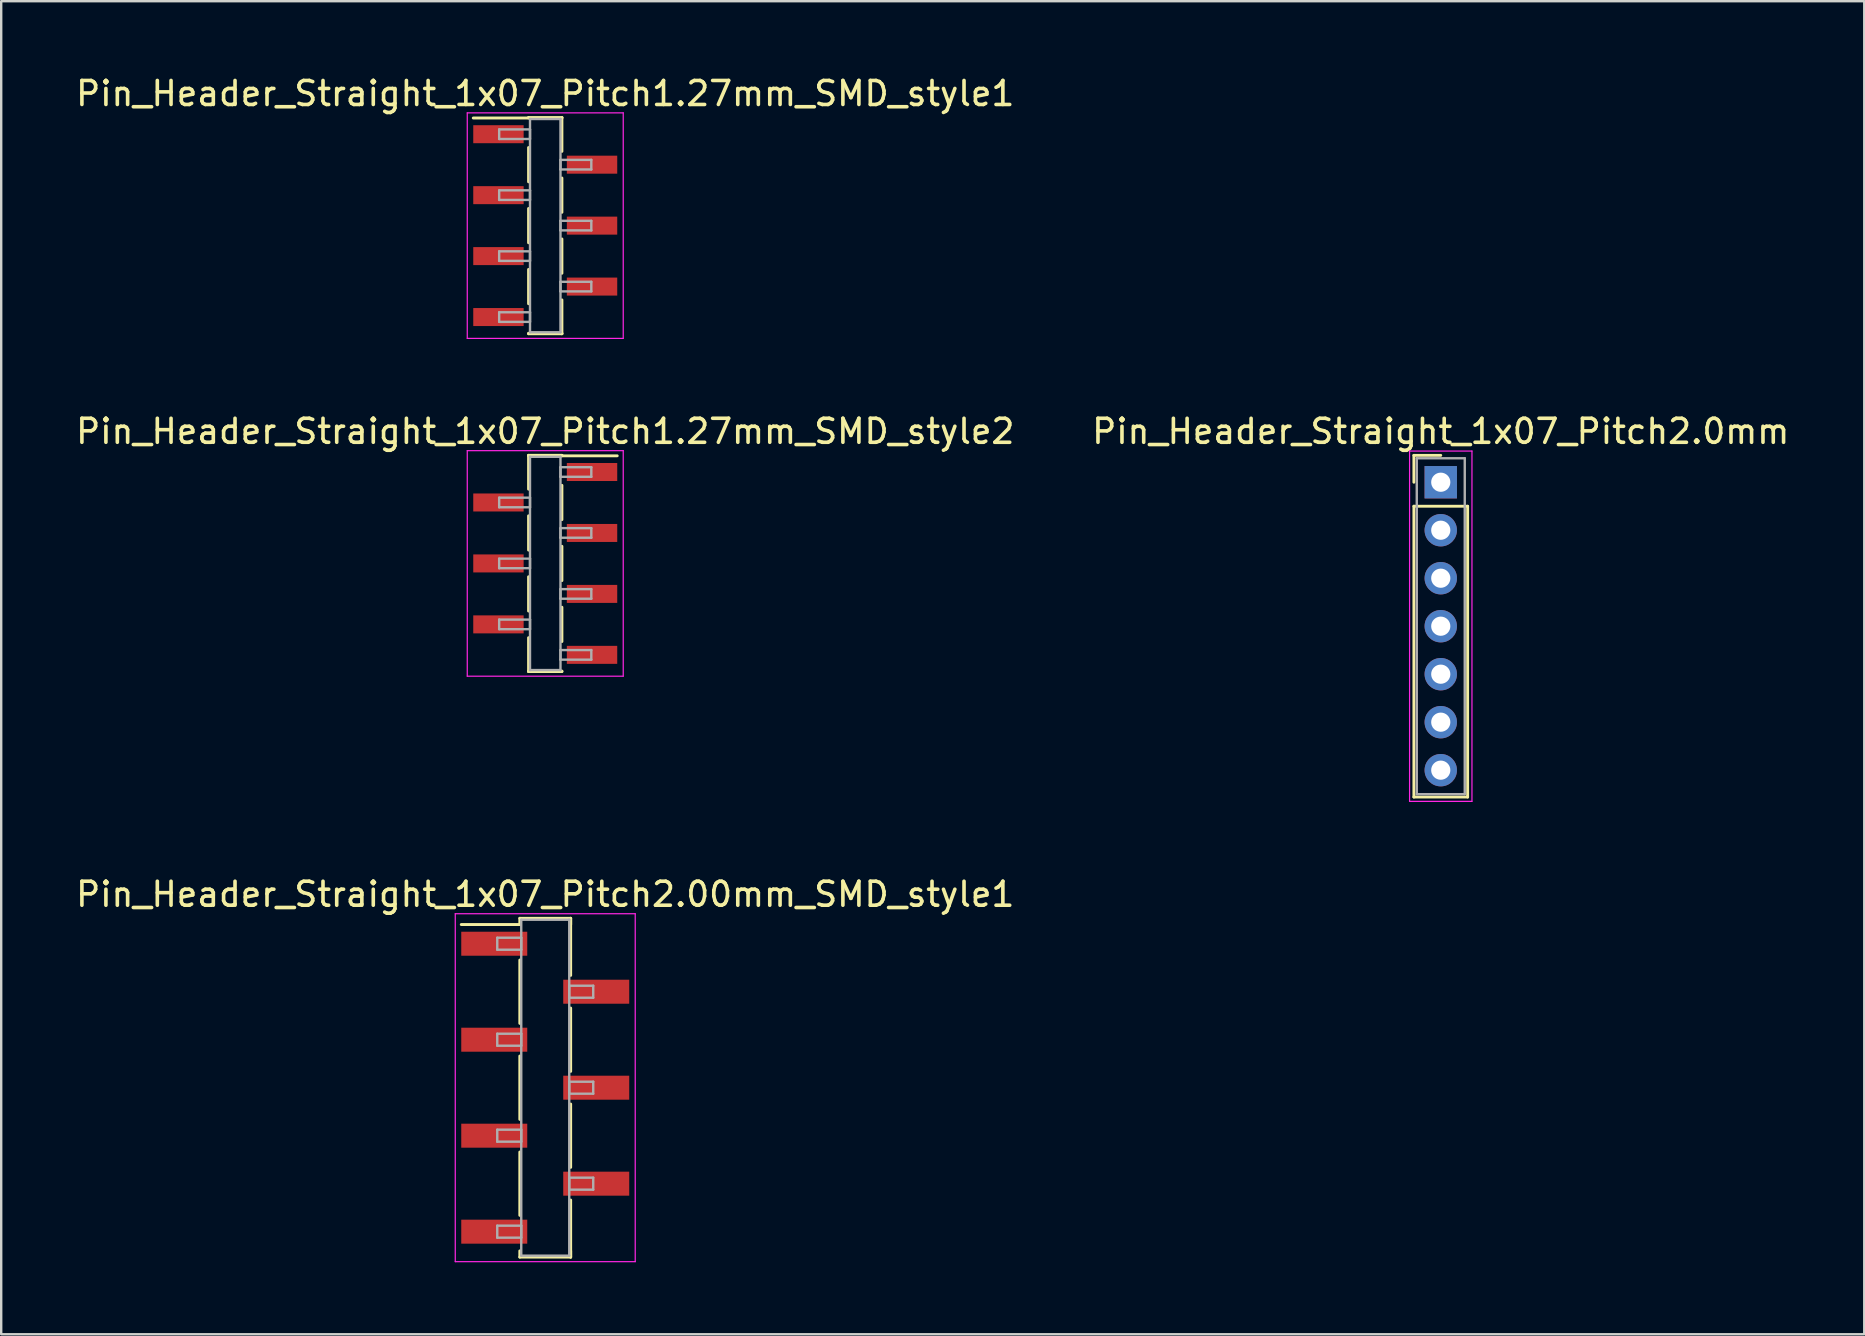
<source format=kicad_pcb>
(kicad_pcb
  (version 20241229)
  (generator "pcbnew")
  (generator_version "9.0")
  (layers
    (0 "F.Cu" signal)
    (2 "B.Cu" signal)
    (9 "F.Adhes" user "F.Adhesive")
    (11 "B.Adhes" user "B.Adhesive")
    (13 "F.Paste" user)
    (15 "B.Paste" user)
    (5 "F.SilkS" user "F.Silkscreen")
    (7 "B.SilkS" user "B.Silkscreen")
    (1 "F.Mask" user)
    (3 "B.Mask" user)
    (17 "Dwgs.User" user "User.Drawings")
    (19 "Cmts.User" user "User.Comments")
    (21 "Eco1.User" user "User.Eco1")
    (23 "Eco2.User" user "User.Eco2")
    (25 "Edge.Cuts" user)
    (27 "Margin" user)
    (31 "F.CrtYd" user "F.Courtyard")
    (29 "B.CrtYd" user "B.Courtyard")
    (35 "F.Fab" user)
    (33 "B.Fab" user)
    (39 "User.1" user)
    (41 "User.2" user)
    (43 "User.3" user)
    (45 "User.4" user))
  (footprint "Pin_Header_Straight_1x07_Pitch2.0mm"
    (layer "F.Cu")
    (at 56.994 17.047)
    (property "Reference" "Pin_Header_Straight_1x07_Pitch2.0mm" (at 0 -2.12 0) (layer "F.SilkS") (effects (font (size 1 1) (thickness 0.15))))
    (attr through_hole)
    (fp_line (start -1.12 -1.12) (end 0 -1.12) (stroke (width 0.12) (type solid)) (layer "F.SilkS"))
    (fp_line (start -1.12 0) (end -1.12 -1.12) (stroke (width 0.12) (type solid)) (layer "F.SilkS"))
    (fp_line (start -1.12 1) (end -1.12 13.12) (stroke (width 0.12) (type solid)) (layer "F.SilkS"))
    (fp_line (start -1.12 13.12) (end 1.12 13.12) (stroke (width 0.12) (type solid)) (layer "F.SilkS"))
    (fp_line (start 1.12 1) (end -1.12 1) (stroke (width 0.12) (type solid)) (layer "F.SilkS"))
    (fp_line (start 1.12 13.12) (end 1.12 1) (stroke (width 0.12) (type solid)) (layer "F.SilkS"))
    (fp_line (start -1.3 -1.3) (end -1.3 13.3) (stroke (width 0.05) (type solid)) (layer "F.CrtYd"))
    (fp_line (start -1.3 13.3) (end 1.3 13.3) (stroke (width 0.05) (type solid)) (layer "F.CrtYd"))
    (fp_line (start 1.3 -1.3) (end -1.3 -1.3) (stroke (width 0.05) (type solid)) (layer "F.CrtYd"))
    (fp_line (start 1.3 13.3) (end 1.3 -1.3) (stroke (width 0.05) (type solid)) (layer "F.CrtYd"))
    (fp_line (start -1 -1) (end -1 13) (stroke (width 0.1) (type solid)) (layer "F.Fab"))
    (fp_line (start -1 13) (end 1 13) (stroke (width 0.1) (type solid)) (layer "F.Fab"))
    (fp_line (start 1 -1) (end -1 -1) (stroke (width 0.1) (type solid)) (layer "F.Fab"))
    (fp_line (start 1 13) (end 1 -1) (stroke (width 0.1) (type solid)) (layer "F.Fab"))
    (pad "1" thru_hole rect (at 0 0) (size 1.35 1.35) (drill 0.8) (layers "*.Cu" "*.Mask"))
    (pad "2" thru_hole oval (at 0 2) (size 1.35 1.35) (drill 0.8) (layers "*.Cu" "*.Mask"))
    (pad "3" thru_hole oval (at 0 4) (size 1.35 1.35) (drill 0.8) (layers "*.Cu" "*.Mask"))
    (pad "4" thru_hole oval (at 0 6) (size 1.35 1.35) (drill 0.8) (layers "*.Cu" "*.Mask"))
    (pad "5" thru_hole oval (at 0 8) (size 1.35 1.35) (drill 0.8) (layers "*.Cu" "*.Mask"))
    (pad "6" thru_hole oval (at 0 10) (size 1.35 1.35) (drill 0.8) (layers "*.Cu" "*.Mask"))
    (pad "7" thru_hole oval (at 0 12) (size 1.35 1.35) (drill 0.8) (layers "*.Cu" "*.Mask")))
  (footprint "Pin_Header_Straight_1x07_Pitch1.27mm_SMD_style2"
    (layer "F.Cu")
    (at 19.673 20.431)
    (property "Reference" "Pin_Header_Straight_1x07_Pitch1.27mm_SMD_style2" (at 0 -5.505 0) (layer "F.SilkS") (effects (font (size 1 1) (thickness 0.15))))
    (attr smd)
    (fp_line (start -0.695 -4.505) (end -0.695 -3.095) (stroke (width 0.12) (type solid)) (layer "F.SilkS"))
    (fp_line (start -0.695 -4.505) (end 0.695 -4.505) (stroke (width 0.12) (type solid)) (layer "F.SilkS"))
    (fp_line (start -0.695 -4.485) (end -0.695 -4.505) (stroke (width 0.12) (type solid)) (layer "F.SilkS"))
    (fp_line (start -0.695 -1.985) (end -0.695 -0.555) (stroke (width 0.12) (type solid)) (layer "F.SilkS"))
    (fp_line (start -0.695 0.555) (end -0.695 1.985) (stroke (width 0.12) (type solid)) (layer "F.SilkS"))
    (fp_line (start -0.695 3.095) (end -0.695 4.505) (stroke (width 0.12) (type solid)) (layer "F.SilkS"))
    (fp_line (start -0.695 4.485) (end -0.695 4.505) (stroke (width 0.12) (type solid)) (layer "F.SilkS"))
    (fp_line (start -0.695 4.505) (end 0.695 4.505) (stroke (width 0.12) (type solid)) (layer "F.SilkS"))
    (fp_line (start 0.695 -4.505) (end 0.695 -4.485) (stroke (width 0.12) (type solid)) (layer "F.SilkS"))
    (fp_line (start 0.695 -4.485) (end 3 -4.485) (stroke (width 0.12) (type solid)) (layer "F.SilkS"))
    (fp_line (start 0.695 -3.255) (end 0.695 -1.825) (stroke (width 0.12) (type solid)) (layer "F.SilkS"))
    (fp_line (start 0.695 -0.715) (end 0.695 0.715) (stroke (width 0.12) (type solid)) (layer "F.SilkS"))
    (fp_line (start 0.695 1.825) (end 0.695 3.255) (stroke (width 0.12) (type solid)) (layer "F.SilkS"))
    (fp_line (start 0.695 4.505) (end 0.695 4.485) (stroke (width 0.12) (type solid)) (layer "F.SilkS"))
    (fp_line (start -3.25 -4.7) (end -3.25 4.7) (stroke (width 0.05) (type solid)) (layer "F.CrtYd"))
    (fp_line (start -3.25 4.7) (end 3.25 4.7) (stroke (width 0.05) (type solid)) (layer "F.CrtYd"))
    (fp_line (start 3.25 -4.7) (end -3.25 -4.7) (stroke (width 0.05) (type solid)) (layer "F.CrtYd"))
    (fp_line (start 3.25 4.7) (end 3.25 -4.7) (stroke (width 0.05) (type solid)) (layer "F.CrtYd"))
    (fp_line (start -1.92 -2.74) (end -0.635 -2.74) (stroke (width 0.1) (type solid)) (layer "F.Fab"))
    (fp_line (start -1.92 -2.34) (end -1.92 -2.74) (stroke (width 0.1) (type solid)) (layer "F.Fab"))
    (fp_line (start -1.92 -0.2) (end -0.635 -0.2) (stroke (width 0.1) (type solid)) (layer "F.Fab"))
    (fp_line (start -1.92 0.2) (end -1.92 -0.2) (stroke (width 0.1) (type solid)) (layer "F.Fab"))
    (fp_line (start -1.92 2.34) (end -0.635 2.34) (stroke (width 0.1) (type solid)) (layer "F.Fab"))
    (fp_line (start -1.92 2.74) (end -1.92 2.34) (stroke (width 0.1) (type solid)) (layer "F.Fab"))
    (fp_line (start -0.635 -4.445) (end -0.635 4.445) (stroke (width 0.1) (type solid)) (layer "F.Fab"))
    (fp_line (start -0.635 -2.74) (end -0.635 -2.34) (stroke (width 0.1) (type solid)) (layer "F.Fab"))
    (fp_line (start -0.635 -2.34) (end -1.92 -2.34) (stroke (width 0.1) (type solid)) (layer "F.Fab"))
    (fp_line (start -0.635 -0.2) (end -0.635 0.2) (stroke (width 0.1) (type solid)) (layer "F.Fab"))
    (fp_line (start -0.635 0.2) (end -1.92 0.2) (stroke (width 0.1) (type solid)) (layer "F.Fab"))
    (fp_line (start -0.635 2.34) (end -0.635 2.74) (stroke (width 0.1) (type solid)) (layer "F.Fab"))
    (fp_line (start -0.635 2.74) (end -1.92 2.74) (stroke (width 0.1) (type solid)) (layer "F.Fab"))
    (fp_line (start -0.635 4.445) (end 0.635 4.445) (stroke (width 0.1) (type solid)) (layer "F.Fab"))
    (fp_line (start 0.635 -4.445) (end -0.635 -4.445) (stroke (width 0.1) (type solid)) (layer "F.Fab"))
    (fp_line (start 0.635 -4.01) (end 0.635 -3.61) (stroke (width 0.1) (type solid)) (layer "F.Fab"))
    (fp_line (start 0.635 -3.61) (end 1.92 -3.61) (stroke (width 0.1) (type solid)) (layer "F.Fab"))
    (fp_line (start 0.635 -1.47) (end 0.635 -1.07) (stroke (width 0.1) (type solid)) (layer "F.Fab"))
    (fp_line (start 0.635 -1.07) (end 1.92 -1.07) (stroke (width 0.1) (type solid)) (layer "F.Fab"))
    (fp_line (start 0.635 1.07) (end 0.635 1.47) (stroke (width 0.1) (type solid)) (layer "F.Fab"))
    (fp_line (start 0.635 1.47) (end 1.92 1.47) (stroke (width 0.1) (type solid)) (layer "F.Fab"))
    (fp_line (start 0.635 3.61) (end 0.635 4.01) (stroke (width 0.1) (type solid)) (layer "F.Fab"))
    (fp_line (start 0.635 4.01) (end 1.92 4.01) (stroke (width 0.1) (type solid)) (layer "F.Fab"))
    (fp_line (start 0.635 4.445) (end 0.635 -4.445) (stroke (width 0.1) (type solid)) (layer "F.Fab"))
    (fp_line (start 1.92 -4.01) (end 0.635 -4.01) (stroke (width 0.1) (type solid)) (layer "F.Fab"))
    (fp_line (start 1.92 -3.61) (end 1.92 -4.01) (stroke (width 0.1) (type solid)) (layer "F.Fab"))
    (fp_line (start 1.92 -1.47) (end 0.635 -1.47) (stroke (width 0.1) (type solid)) (layer "F.Fab"))
    (fp_line (start 1.92 -1.07) (end 1.92 -1.47) (stroke (width 0.1) (type solid)) (layer "F.Fab"))
    (fp_line (start 1.92 1.07) (end 0.635 1.07) (stroke (width 0.1) (type solid)) (layer "F.Fab"))
    (fp_line (start 1.92 1.47) (end 1.92 1.07) (stroke (width 0.1) (type solid)) (layer "F.Fab"))
    (fp_line (start 1.92 3.61) (end 0.635 3.61) (stroke (width 0.1) (type solid)) (layer "F.Fab"))
    (fp_line (start 1.92 4.01) (end 1.92 3.61) (stroke (width 0.1) (type solid)) (layer "F.Fab"))
    (pad "1" smd rect (at 1.95 -3.81) (size 2.1 0.75) (layers "F.Cu" "F.Mask"))
    (pad "2" smd rect (at -1.95 -2.54) (size 2.1 0.75) (layers "F.Cu" "F.Mask"))
    (pad "3" smd rect (at 1.95 -1.27) (size 2.1 0.75) (layers "F.Cu" "F.Mask"))
    (pad "4" smd rect (at -1.95 0) (size 2.1 0.75) (layers "F.Cu" "F.Mask"))
    (pad "5" smd rect (at 1.95 1.27) (size 2.1 0.75) (layers "F.Cu" "F.Mask"))
    (pad "6" smd rect (at -1.95 2.54) (size 2.1 0.75) (layers "F.Cu" "F.Mask"))
    (pad "7" smd rect (at 1.95 3.81) (size 2.1 0.75) (layers "F.Cu" "F.Mask")))
  (footprint "Pin_Header_Straight_1x07_Pitch1.27mm_SMD_style1"
    (layer "F.Cu")
    (at 19.673 6.353)
    (property "Reference" "Pin_Header_Straight_1x07_Pitch1.27mm_SMD_style1" (at 0 -5.505 0) (layer "F.SilkS") (effects (font (size 1 1) (thickness 0.15))))
    (attr smd)
    (fp_line (start -0.695 -4.505) (end 0.695 -4.505) (stroke (width 0.12) (type solid)) (layer "F.SilkS"))
    (fp_line (start -0.695 -4.485) (end -3 -4.485) (stroke (width 0.12) (type solid)) (layer "F.SilkS"))
    (fp_line (start -0.695 -4.485) (end -0.695 -4.505) (stroke (width 0.12) (type solid)) (layer "F.SilkS"))
    (fp_line (start -0.695 -3.255) (end -0.695 -1.825) (stroke (width 0.12) (type solid)) (layer "F.SilkS"))
    (fp_line (start -0.695 -0.715) (end -0.695 0.715) (stroke (width 0.12) (type solid)) (layer "F.SilkS"))
    (fp_line (start -0.695 1.825) (end -0.695 3.255) (stroke (width 0.12) (type solid)) (layer "F.SilkS"))
    (fp_line (start -0.695 4.485) (end -0.695 4.505) (stroke (width 0.12) (type solid)) (layer "F.SilkS"))
    (fp_line (start -0.695 4.505) (end 0.695 4.505) (stroke (width 0.12) (type solid)) (layer "F.SilkS"))
    (fp_line (start 0.695 -4.505) (end 0.695 -4.485) (stroke (width 0.12) (type solid)) (layer "F.SilkS"))
    (fp_line (start 0.695 -4.505) (end 0.695 -3.095) (stroke (width 0.12) (type solid)) (layer "F.SilkS"))
    (fp_line (start 0.695 -1.985) (end 0.695 -0.555) (stroke (width 0.12) (type solid)) (layer "F.SilkS"))
    (fp_line (start 0.695 0.555) (end 0.695 1.985) (stroke (width 0.12) (type solid)) (layer "F.SilkS"))
    (fp_line (start 0.695 3.095) (end 0.695 4.505) (stroke (width 0.12) (type solid)) (layer "F.SilkS"))
    (fp_line (start 0.695 4.505) (end 0.695 4.485) (stroke (width 0.12) (type solid)) (layer "F.SilkS"))
    (fp_line (start -3.25 -4.7) (end -3.25 4.7) (stroke (width 0.05) (type solid)) (layer "F.CrtYd"))
    (fp_line (start -3.25 4.7) (end 3.25 4.7) (stroke (width 0.05) (type solid)) (layer "F.CrtYd"))
    (fp_line (start 3.25 -4.7) (end -3.25 -4.7) (stroke (width 0.05) (type solid)) (layer "F.CrtYd"))
    (fp_line (start 3.25 4.7) (end 3.25 -4.7) (stroke (width 0.05) (type solid)) (layer "F.CrtYd"))
    (fp_line (start -1.92 -4.01) (end -0.635 -4.01) (stroke (width 0.1) (type solid)) (layer "F.Fab"))
    (fp_line (start -1.92 -3.61) (end -1.92 -4.01) (stroke (width 0.1) (type solid)) (layer "F.Fab"))
    (fp_line (start -1.92 -1.47) (end -0.635 -1.47) (stroke (width 0.1) (type solid)) (layer "F.Fab"))
    (fp_line (start -1.92 -1.07) (end -1.92 -1.47) (stroke (width 0.1) (type solid)) (layer "F.Fab"))
    (fp_line (start -1.92 1.07) (end -0.635 1.07) (stroke (width 0.1) (type solid)) (layer "F.Fab"))
    (fp_line (start -1.92 1.47) (end -1.92 1.07) (stroke (width 0.1) (type solid)) (layer "F.Fab"))
    (fp_line (start -1.92 3.61) (end -0.635 3.61) (stroke (width 0.1) (type solid)) (layer "F.Fab"))
    (fp_line (start -1.92 4.01) (end -1.92 3.61) (stroke (width 0.1) (type solid)) (layer "F.Fab"))
    (fp_line (start -0.635 -4.445) (end -0.635 4.445) (stroke (width 0.1) (type solid)) (layer "F.Fab"))
    (fp_line (start -0.635 -4.01) (end -0.635 -3.61) (stroke (width 0.1) (type solid)) (layer "F.Fab"))
    (fp_line (start -0.635 -3.61) (end -1.92 -3.61) (stroke (width 0.1) (type solid)) (layer "F.Fab"))
    (fp_line (start -0.635 -1.47) (end -0.635 -1.07) (stroke (width 0.1) (type solid)) (layer "F.Fab"))
    (fp_line (start -0.635 -1.07) (end -1.92 -1.07) (stroke (width 0.1) (type solid)) (layer "F.Fab"))
    (fp_line (start -0.635 1.07) (end -0.635 1.47) (stroke (width 0.1) (type solid)) (layer "F.Fab"))
    (fp_line (start -0.635 1.47) (end -1.92 1.47) (stroke (width 0.1) (type solid)) (layer "F.Fab"))
    (fp_line (start -0.635 3.61) (end -0.635 4.01) (stroke (width 0.1) (type solid)) (layer "F.Fab"))
    (fp_line (start -0.635 4.01) (end -1.92 4.01) (stroke (width 0.1) (type solid)) (layer "F.Fab"))
    (fp_line (start -0.635 4.445) (end 0.635 4.445) (stroke (width 0.1) (type solid)) (layer "F.Fab"))
    (fp_line (start 0.635 -4.445) (end -0.635 -4.445) (stroke (width 0.1) (type solid)) (layer "F.Fab"))
    (fp_line (start 0.635 -2.74) (end 0.635 -2.34) (stroke (width 0.1) (type solid)) (layer "F.Fab"))
    (fp_line (start 0.635 -2.34) (end 1.92 -2.34) (stroke (width 0.1) (type solid)) (layer "F.Fab"))
    (fp_line (start 0.635 -0.2) (end 0.635 0.2) (stroke (width 0.1) (type solid)) (layer "F.Fab"))
    (fp_line (start 0.635 0.2) (end 1.92 0.2) (stroke (width 0.1) (type solid)) (layer "F.Fab"))
    (fp_line (start 0.635 2.34) (end 0.635 2.74) (stroke (width 0.1) (type solid)) (layer "F.Fab"))
    (fp_line (start 0.635 2.74) (end 1.92 2.74) (stroke (width 0.1) (type solid)) (layer "F.Fab"))
    (fp_line (start 0.635 4.445) (end 0.635 -4.445) (stroke (width 0.1) (type solid)) (layer "F.Fab"))
    (fp_line (start 1.92 -2.74) (end 0.635 -2.74) (stroke (width 0.1) (type solid)) (layer "F.Fab"))
    (fp_line (start 1.92 -2.34) (end 1.92 -2.74) (stroke (width 0.1) (type solid)) (layer "F.Fab"))
    (fp_line (start 1.92 -0.2) (end 0.635 -0.2) (stroke (width 0.1) (type solid)) (layer "F.Fab"))
    (fp_line (start 1.92 0.2) (end 1.92 -0.2) (stroke (width 0.1) (type solid)) (layer "F.Fab"))
    (fp_line (start 1.92 2.34) (end 0.635 2.34) (stroke (width 0.1) (type solid)) (layer "F.Fab"))
    (fp_line (start 1.92 2.74) (end 1.92 2.34) (stroke (width 0.1) (type solid)) (layer "F.Fab"))
    (pad "1" smd rect (at -1.95 -3.81) (size 2.1 0.75) (layers "F.Cu" "F.Mask"))
    (pad "2" smd rect (at 1.95 -2.54) (size 2.1 0.75) (layers "F.Cu" "F.Mask"))
    (pad "3" smd rect (at -1.95 -1.27) (size 2.1 0.75) (layers "F.Cu" "F.Mask"))
    (pad "4" smd rect (at 1.95 0) (size 2.1 0.75) (layers "F.Cu" "F.Mask"))
    (pad "5" smd rect (at -1.95 1.27) (size 2.1 0.75) (layers "F.Cu" "F.Mask"))
    (pad "6" smd rect (at 1.95 2.54) (size 2.1 0.75) (layers "F.Cu" "F.Mask"))
    (pad "7" smd rect (at -1.95 3.81) (size 2.1 0.75) (layers "F.Cu" "F.Mask")))
  (footprint "Pin_Header_Straight_1x07_Pitch2.00mm_SMD_style1"
    (layer "F.Cu")
    (at 19.673 42.28)
    (property "Reference" "Pin_Header_Straight_1x07_Pitch2.00mm_SMD_style1" (at 0 -8.06 0) (layer "F.SilkS") (effects (font (size 1 1) (thickness 0.15))))
    (attr smd)
    (fp_line (start -1.06 -7.06) (end 1.06 -7.06) (stroke (width 0.12) (type solid)) (layer "F.SilkS"))
    (fp_line (start -1.06 -6.8) (end -3.5 -6.8) (stroke (width 0.12) (type solid)) (layer "F.SilkS"))
    (fp_line (start -1.06 -6.8) (end -1.06 -7.06) (stroke (width 0.12) (type solid)) (layer "F.SilkS"))
    (fp_line (start -1.06 -5.32) (end -1.06 -2.68) (stroke (width 0.12) (type solid)) (layer "F.SilkS"))
    (fp_line (start -1.06 -1.32) (end -1.06 1.32) (stroke (width 0.12) (type solid)) (layer "F.SilkS"))
    (fp_line (start -1.06 2.68) (end -1.06 5.32) (stroke (width 0.12) (type solid)) (layer "F.SilkS"))
    (fp_line (start -1.06 6.8) (end -1.06 7.06) (stroke (width 0.12) (type solid)) (layer "F.SilkS"))
    (fp_line (start -1.06 7.06) (end 1.06 7.06) (stroke (width 0.12) (type solid)) (layer "F.SilkS"))
    (fp_line (start 1.06 -7.06) (end 1.06 -6.8) (stroke (width 0.12) (type solid)) (layer "F.SilkS"))
    (fp_line (start 1.06 -7.06) (end 1.06 -4.68) (stroke (width 0.12) (type solid)) (layer "F.SilkS"))
    (fp_line (start 1.06 -3.32) (end 1.06 -0.68) (stroke (width 0.12) (type solid)) (layer "F.SilkS"))
    (fp_line (start 1.06 0.68) (end 1.06 3.32) (stroke (width 0.12) (type solid)) (layer "F.SilkS"))
    (fp_line (start 1.06 4.68) (end 1.06 7.06) (stroke (width 0.12) (type solid)) (layer "F.SilkS"))
    (fp_line (start 1.06 7.06) (end 1.06 6.8) (stroke (width 0.12) (type solid)) (layer "F.SilkS"))
    (fp_line (start -3.75 -7.25) (end -3.75 7.25) (stroke (width 0.05) (type solid)) (layer "F.CrtYd"))
    (fp_line (start -3.75 7.25) (end 3.75 7.25) (stroke (width 0.05) (type solid)) (layer "F.CrtYd"))
    (fp_line (start 3.75 -7.25) (end -3.75 -7.25) (stroke (width 0.05) (type solid)) (layer "F.CrtYd"))
    (fp_line (start 3.75 7.25) (end 3.75 -7.25) (stroke (width 0.05) (type solid)) (layer "F.CrtYd"))
    (fp_line (start -2 -6.25) (end -1 -6.25) (stroke (width 0.1) (type solid)) (layer "F.Fab"))
    (fp_line (start -2 -5.75) (end -2 -6.25) (stroke (width 0.1) (type solid)) (layer "F.Fab"))
    (fp_line (start -2 -2.25) (end -1 -2.25) (stroke (width 0.1) (type solid)) (layer "F.Fab"))
    (fp_line (start -2 -1.75) (end -2 -2.25) (stroke (width 0.1) (type solid)) (layer "F.Fab"))
    (fp_line (start -2 1.75) (end -1 1.75) (stroke (width 0.1) (type solid)) (layer "F.Fab"))
    (fp_line (start -2 2.25) (end -2 1.75) (stroke (width 0.1) (type solid)) (layer "F.Fab"))
    (fp_line (start -2 5.75) (end -1 5.75) (stroke (width 0.1) (type solid)) (layer "F.Fab"))
    (fp_line (start -2 6.25) (end -2 5.75) (stroke (width 0.1) (type solid)) (layer "F.Fab"))
    (fp_line (start -1 -7) (end -1 7) (stroke (width 0.1) (type solid)) (layer "F.Fab"))
    (fp_line (start -1 -6.25) (end -1 -5.75) (stroke (width 0.1) (type solid)) (layer "F.Fab"))
    (fp_line (start -1 -5.75) (end -2 -5.75) (stroke (width 0.1) (type solid)) (layer "F.Fab"))
    (fp_line (start -1 -2.25) (end -1 -1.75) (stroke (width 0.1) (type solid)) (layer "F.Fab"))
    (fp_line (start -1 -1.75) (end -2 -1.75) (stroke (width 0.1) (type solid)) (layer "F.Fab"))
    (fp_line (start -1 1.75) (end -1 2.25) (stroke (width 0.1) (type solid)) (layer "F.Fab"))
    (fp_line (start -1 2.25) (end -2 2.25) (stroke (width 0.1) (type solid)) (layer "F.Fab"))
    (fp_line (start -1 5.75) (end -1 6.25) (stroke (width 0.1) (type solid)) (layer "F.Fab"))
    (fp_line (start -1 6.25) (end -2 6.25) (stroke (width 0.1) (type solid)) (layer "F.Fab"))
    (fp_line (start -1 7) (end 1 7) (stroke (width 0.1) (type solid)) (layer "F.Fab"))
    (fp_line (start 1 -7) (end -1 -7) (stroke (width 0.1) (type solid)) (layer "F.Fab"))
    (fp_line (start 1 -4.25) (end 1 -3.75) (stroke (width 0.1) (type solid)) (layer "F.Fab"))
    (fp_line (start 1 -3.75) (end 2 -3.75) (stroke (width 0.1) (type solid)) (layer "F.Fab"))
    (fp_line (start 1 -0.25) (end 1 0.25) (stroke (width 0.1) (type solid)) (layer "F.Fab"))
    (fp_line (start 1 0.25) (end 2 0.25) (stroke (width 0.1) (type solid)) (layer "F.Fab"))
    (fp_line (start 1 3.75) (end 1 4.25) (stroke (width 0.1) (type solid)) (layer "F.Fab"))
    (fp_line (start 1 4.25) (end 2 4.25) (stroke (width 0.1) (type solid)) (layer "F.Fab"))
    (fp_line (start 1 7) (end 1 -7) (stroke (width 0.1) (type solid)) (layer "F.Fab"))
    (fp_line (start 2 -4.25) (end 1 -4.25) (stroke (width 0.1) (type solid)) (layer "F.Fab"))
    (fp_line (start 2 -3.75) (end 2 -4.25) (stroke (width 0.1) (type solid)) (layer "F.Fab"))
    (fp_line (start 2 -0.25) (end 1 -0.25) (stroke (width 0.1) (type solid)) (layer "F.Fab"))
    (fp_line (start 2 0.25) (end 2 -0.25) (stroke (width 0.1) (type solid)) (layer "F.Fab"))
    (fp_line (start 2 3.75) (end 1 3.75) (stroke (width 0.1) (type solid)) (layer "F.Fab"))
    (fp_line (start 2 4.25) (end 2 3.75) (stroke (width 0.1) (type solid)) (layer "F.Fab"))
    (pad "1" smd rect (at -2.125 -6) (size 2.75 1) (layers "F.Cu" "F.Mask"))
    (pad "2" smd rect (at 2.125 -4) (size 2.75 1) (layers "F.Cu" "F.Mask"))
    (pad "3" smd rect (at -2.125 -2) (size 2.75 1) (layers "F.Cu" "F.Mask"))
    (pad "4" smd rect (at 2.125 0) (size 2.75 1) (layers "F.Cu" "F.Mask"))
    (pad "5" smd rect (at -2.125 2) (size 2.75 1) (layers "F.Cu" "F.Mask"))
    (pad "6" smd rect (at 2.125 4) (size 2.75 1) (layers "F.Cu" "F.Mask"))
    (pad "7" smd rect (at -2.125 6) (size 2.75 1) (layers "F.Cu" "F.Mask")))
  (gr_rect
    (start -3 -3)
    (end 74.643 52.555)
    (stroke (width 0.1) (type default))
    (fill no)
    (layer "Edge.Cuts")))
</source>
